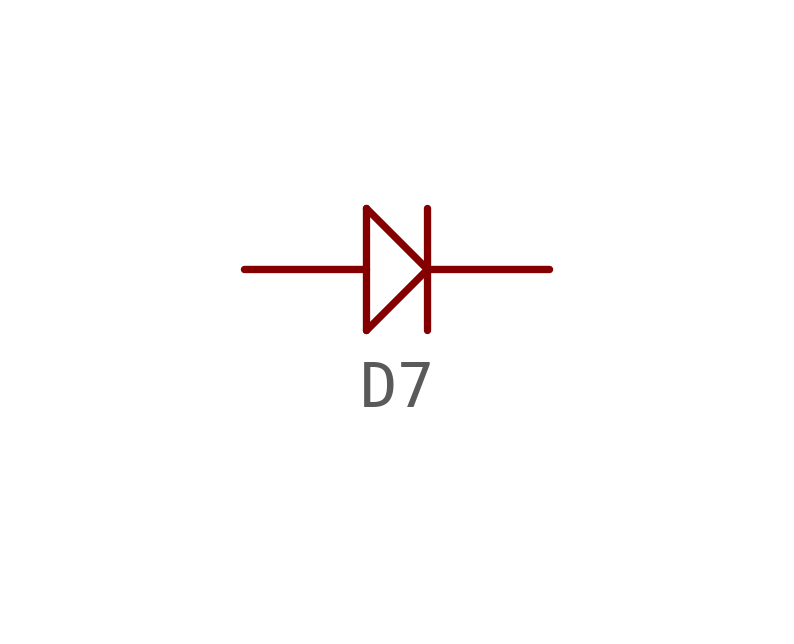
<source format=kicad_sym>
(kicad_symbol_lib
  (version 20231120)
  (generator "kicad_symbol_editor")
  (generator_version "8.0")
  (symbol "D7"
    (property "Reference" ""
      (at -0.351 1.567 0)
      (effects (font (size 1.016 0.864)) (justify left bottom) (hide yes)))
    (property "ki_locked" ""
      (at 0 0 0)
      (effects (font (size 1.27 1.27))))
    (symbol "D7_1_0"
      (polyline (pts (xy 0 -1.27) (xy 1.27 0)) (stroke (width 0.152) (type solid)) (fill (type none)))
      (polyline (pts (xy 0 1.27) (xy 0 -1.27)) (stroke (width 0.152) (type solid)) (fill (type none)))
      (polyline (pts (xy 1.27 0) (xy 0 1.27)) (stroke (width 0.152) (type solid)) (fill (type none)))
      (polyline (pts (xy 1.27 1.27) (xy 1.27 -1.27)) (stroke (width 0.152) (type solid)) (fill (type none)))
      (pin bidirectional line (at -2.54 0 0) (length 2.54) (name "A" (effects (font (size 0 0)))) (number "A" (effects (font (size 0 0)))))
      (pin bidirectional line (at 3.81 0 180) (length 2.54) (name "C" (effects (font (size 0 0)))) (number "C" (effects (font (size 0 0))))))))
</source>
